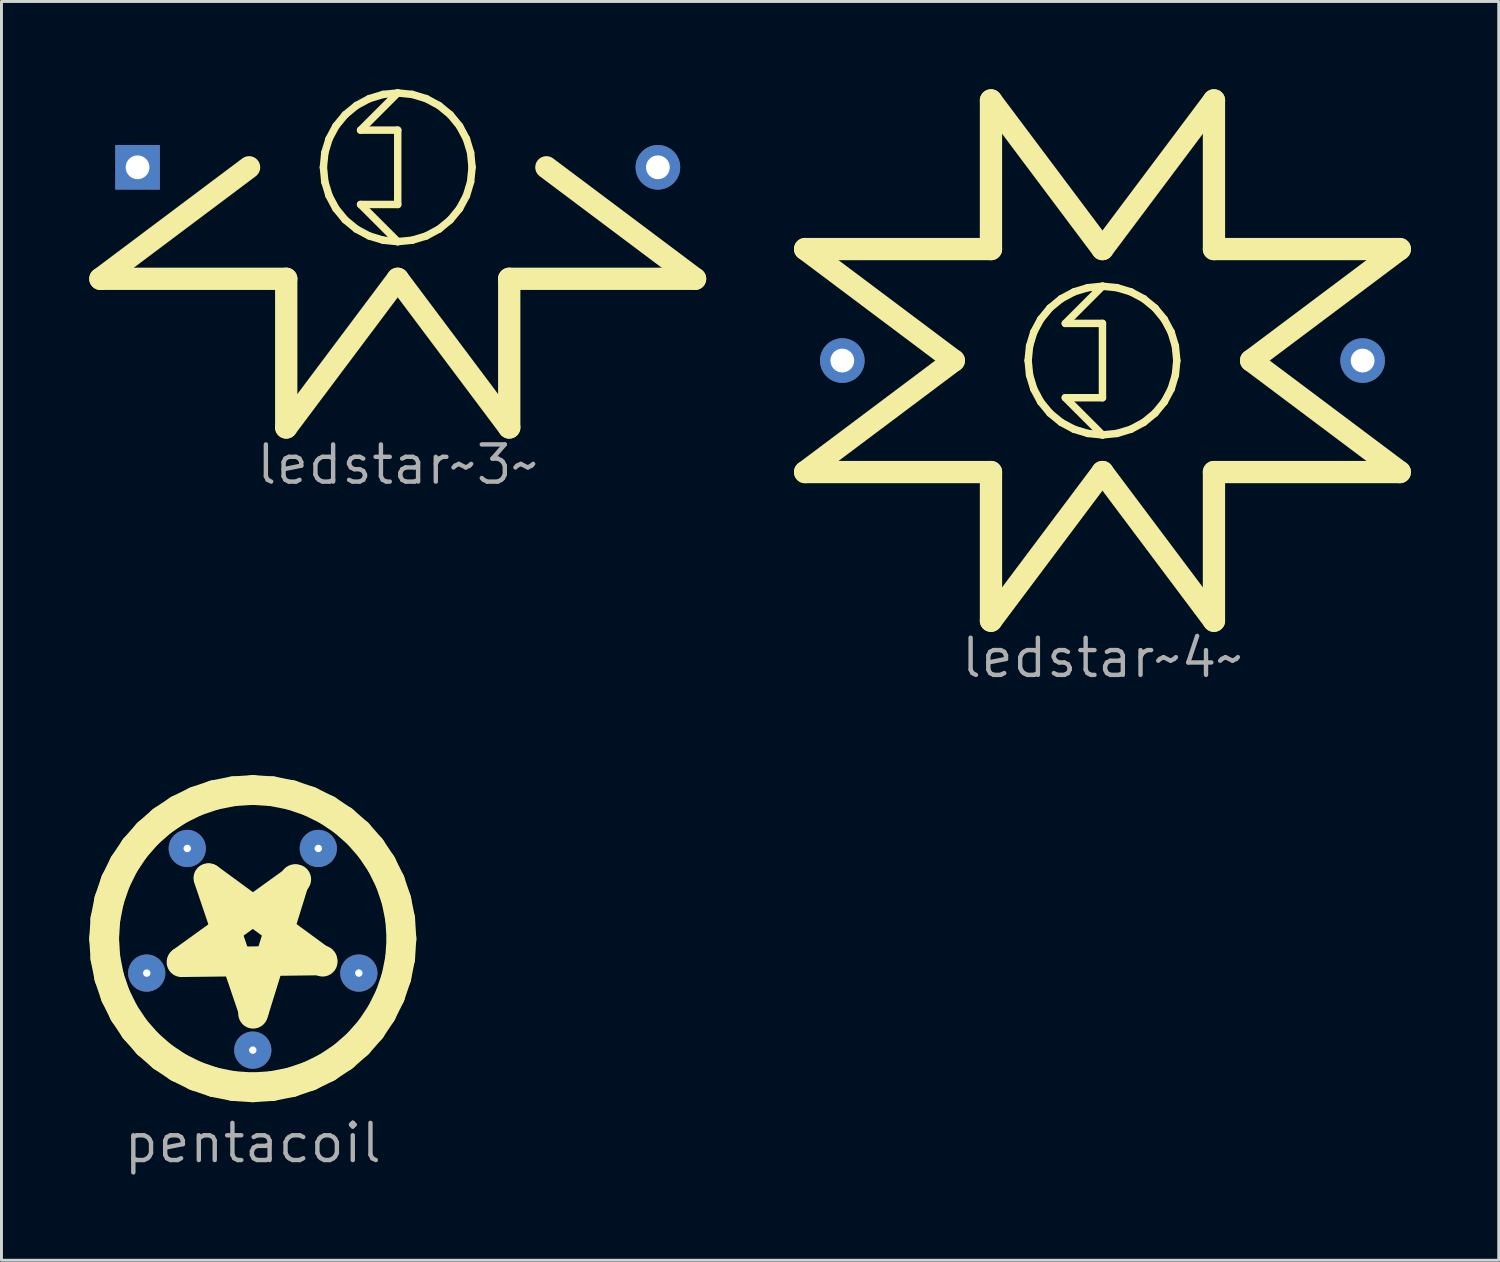
<source format=kicad_pcb>
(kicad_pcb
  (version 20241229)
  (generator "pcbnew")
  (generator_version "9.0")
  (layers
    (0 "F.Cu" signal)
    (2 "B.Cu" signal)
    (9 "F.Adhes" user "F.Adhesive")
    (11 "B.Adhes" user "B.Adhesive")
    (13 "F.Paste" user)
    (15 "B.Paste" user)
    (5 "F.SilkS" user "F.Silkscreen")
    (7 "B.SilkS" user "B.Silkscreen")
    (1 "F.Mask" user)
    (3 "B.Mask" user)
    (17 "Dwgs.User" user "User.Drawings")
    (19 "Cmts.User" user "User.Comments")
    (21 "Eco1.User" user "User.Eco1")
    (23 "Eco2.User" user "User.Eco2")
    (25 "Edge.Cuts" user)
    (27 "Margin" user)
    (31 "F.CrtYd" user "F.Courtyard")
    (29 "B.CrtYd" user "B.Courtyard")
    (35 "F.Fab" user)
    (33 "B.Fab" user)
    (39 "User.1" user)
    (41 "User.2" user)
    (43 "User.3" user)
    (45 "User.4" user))
  (footprint "ledstar~3~"
    (layer "F.Cu")
    (at 10.541 2.667)
    (property "Reference" "ledstar~3~" (at 0 10.16 0) (layer "F.Fab") (effects (font (size 1.27 1.27) (thickness 0.15))))
    (attr through_hole)
    (fp_line (start -10.16 3.81) (end -3.81 3.81) (stroke (width 0.762) (type default)) (layer "F.SilkS"))
    (fp_line (start -5.08 0) (end -10.16 3.81) (stroke (width 0.762) (type default)) (layer "F.SilkS"))
    (fp_line (start -3.81 3.81) (end -3.81 8.89) (stroke (width 0.762) (type default)) (layer "F.SilkS"))
    (fp_line (start -3.81 8.89) (end 0 3.81) (stroke (width 0.762) (type default)) (layer "F.SilkS"))
    (fp_line (start -2.491 -0.496) (end -2.54 0) (stroke (width 0.254) (type default)) (layer "F.SilkS"))
    (fp_line (start -2.491 0.496) (end -2.54 0) (stroke (width 0.254) (type default)) (layer "F.SilkS"))
    (fp_line (start -2.347 -0.972) (end -2.491 -0.496) (stroke (width 0.254) (type default)) (layer "F.SilkS"))
    (fp_line (start -2.347 0.972) (end -2.491 0.496) (stroke (width 0.254) (type default)) (layer "F.SilkS"))
    (fp_line (start -2.112 -1.411) (end -2.347 -0.972) (stroke (width 0.254) (type default)) (layer "F.SilkS"))
    (fp_line (start -2.112 1.411) (end -2.347 0.972) (stroke (width 0.254) (type default)) (layer "F.SilkS"))
    (fp_line (start -1.796 -1.796) (end -2.112 -1.411) (stroke (width 0.254) (type default)) (layer "F.SilkS"))
    (fp_line (start -1.796 1.796) (end -2.112 1.411) (stroke (width 0.254) (type default)) (layer "F.SilkS"))
    (fp_line (start -1.411 -2.112) (end -1.796 -1.796) (stroke (width 0.254) (type default)) (layer "F.SilkS"))
    (fp_line (start -1.411 2.112) (end -1.796 1.796) (stroke (width 0.254) (type default)) (layer "F.SilkS"))
    (fp_line (start -1.27 -1.27) (end 0 -1.27) (stroke (width 0.254) (type default)) (layer "F.SilkS"))
    (fp_line (start -1.27 1.27) (end 0 2.54) (stroke (width 0.254) (type default)) (layer "F.SilkS"))
    (fp_line (start -0.972 -2.347) (end -1.411 -2.112) (stroke (width 0.254) (type default)) (layer "F.SilkS"))
    (fp_line (start -0.972 2.347) (end -1.411 2.112) (stroke (width 0.254) (type default)) (layer "F.SilkS"))
    (fp_line (start -0.496 -2.491) (end -0.972 -2.347) (stroke (width 0.254) (type default)) (layer "F.SilkS"))
    (fp_line (start -0.496 2.491) (end -0.972 2.347) (stroke (width 0.254) (type default)) (layer "F.SilkS"))
    (fp_line (start 0 -2.54) (end -1.27 -1.27) (stroke (width 0.254) (type default)) (layer "F.SilkS"))
    (fp_line (start 0 -2.54) (end -0.496 -2.491) (stroke (width 0.254) (type default)) (layer "F.SilkS"))
    (fp_line (start 0 -1.27) (end 0 1.27) (stroke (width 0.254) (type default)) (layer "F.SilkS"))
    (fp_line (start 0 1.27) (end -1.27 1.27) (stroke (width 0.254) (type default)) (layer "F.SilkS"))
    (fp_line (start 0 2.54) (end -0.496 2.491) (stroke (width 0.254) (type default)) (layer "F.SilkS"))
    (fp_line (start 0 2.54) (end 0.496 2.491) (stroke (width 0.254) (type default)) (layer "F.SilkS"))
    (fp_line (start 0 3.81) (end 3.81 8.89) (stroke (width 0.762) (type default)) (layer "F.SilkS"))
    (fp_line (start 0.496 -2.491) (end 0 -2.54) (stroke (width 0.254) (type default)) (layer "F.SilkS"))
    (fp_line (start 0.496 2.491) (end 0.972 2.347) (stroke (width 0.254) (type default)) (layer "F.SilkS"))
    (fp_line (start 0.972 -2.347) (end 0.496 -2.491) (stroke (width 0.254) (type default)) (layer "F.SilkS"))
    (fp_line (start 0.972 2.347) (end 1.411 2.112) (stroke (width 0.254) (type default)) (layer "F.SilkS"))
    (fp_line (start 1.411 -2.112) (end 0.972 -2.347) (stroke (width 0.254) (type default)) (layer "F.SilkS"))
    (fp_line (start 1.411 2.112) (end 1.796 1.796) (stroke (width 0.254) (type default)) (layer "F.SilkS"))
    (fp_line (start 1.796 -1.796) (end 1.411 -2.112) (stroke (width 0.254) (type default)) (layer "F.SilkS"))
    (fp_line (start 1.796 1.796) (end 2.112 1.411) (stroke (width 0.254) (type default)) (layer "F.SilkS"))
    (fp_line (start 2.112 -1.411) (end 1.796 -1.796) (stroke (width 0.254) (type default)) (layer "F.SilkS"))
    (fp_line (start 2.112 1.411) (end 2.347 0.972) (stroke (width 0.254) (type default)) (layer "F.SilkS"))
    (fp_line (start 2.347 -0.972) (end 2.112 -1.411) (stroke (width 0.254) (type default)) (layer "F.SilkS"))
    (fp_line (start 2.347 0.972) (end 2.491 0.496) (stroke (width 0.254) (type default)) (layer "F.SilkS"))
    (fp_line (start 2.491 -0.496) (end 2.347 -0.972) (stroke (width 0.254) (type default)) (layer "F.SilkS"))
    (fp_line (start 2.491 0.496) (end 2.54 0) (stroke (width 0.254) (type default)) (layer "F.SilkS"))
    (fp_line (start 2.54 0) (end 2.491 -0.496) (stroke (width 0.254) (type default)) (layer "F.SilkS"))
    (fp_line (start 3.81 3.81) (end 10.16 3.81) (stroke (width 0.762) (type default)) (layer "F.SilkS"))
    (fp_line (start 3.81 8.89) (end 3.81 3.81) (stroke (width 0.762) (type default)) (layer "F.SilkS"))
    (fp_line (start 10.16 3.81) (end 5.08 0) (stroke (width 0.762) (type default)) (layer "F.SilkS"))
    (pad "1" thru_hole rect (at -8.89 0) (size 1.524 1.524) (drill 0.813) (layers "*.Cu" "*.Mask"))
    (pad "2" thru_hole circle (at 8.89 0) (size 1.524 1.524) (drill 0.813) (layers "*.Cu" "*.Mask")))
  (footprint "pentacoil"
    (layer "F.Cu")
    (at 5.588 29.025)
    (property "Reference" "pentacoil" (at 0 6.985 0) (layer "F.Fab") (effects (font (size 1.27 1.27) (thickness 0.15))))
    (attr through_hole)
    (fp_line (start -5.08 0) (end -5.037 -0.663) (stroke (width 1.016) (type default)) (layer "F.SilkS"))
    (fp_line (start -5.037 -0.663) (end -4.907 -1.315) (stroke (width 1.016) (type default)) (layer "F.SilkS"))
    (fp_line (start -5.037 0.663) (end -5.08 0) (stroke (width 1.016) (type default)) (layer "F.SilkS"))
    (fp_line (start -4.907 -1.315) (end -4.693 -1.944) (stroke (width 1.016) (type default)) (layer "F.SilkS"))
    (fp_line (start -4.907 1.315) (end -5.037 0.663) (stroke (width 1.016) (type default)) (layer "F.SilkS"))
    (fp_line (start -4.693 -1.944) (end -4.399 -2.54) (stroke (width 1.016) (type default)) (layer "F.SilkS"))
    (fp_line (start -4.693 1.944) (end -4.907 1.315) (stroke (width 1.016) (type default)) (layer "F.SilkS"))
    (fp_line (start -4.399 -2.54) (end -4.03 -3.092) (stroke (width 1.016) (type default)) (layer "F.SilkS"))
    (fp_line (start -4.399 2.54) (end -4.693 1.944) (stroke (width 1.016) (type default)) (layer "F.SilkS"))
    (fp_line (start -4.03 -3.092) (end -3.592 -3.592) (stroke (width 1.016) (type default)) (layer "F.SilkS"))
    (fp_line (start -4.03 3.093) (end -4.399 2.54) (stroke (width 1.016) (type default)) (layer "F.SilkS"))
    (fp_line (start -3.592 -3.592) (end -3.092 -4.03) (stroke (width 1.016) (type default)) (layer "F.SilkS"))
    (fp_line (start -3.592 3.592) (end -4.03 3.093) (stroke (width 1.016) (type default)) (layer "F.SilkS"))
    (fp_line (start -3.092 -4.03) (end -2.54 -4.399) (stroke (width 1.016) (type default)) (layer "F.SilkS"))
    (fp_line (start -3.092 4.03) (end -3.592 3.592) (stroke (width 1.016) (type default)) (layer "F.SilkS"))
    (fp_line (start -2.54 -4.399) (end -1.944 -4.693) (stroke (width 1.016) (type default)) (layer "F.SilkS"))
    (fp_line (start -2.54 4.399) (end -3.092 4.03) (stroke (width 1.016) (type default)) (layer "F.SilkS"))
    (fp_line (start -2.435 0.804) (end 2.378 0.743) (stroke (width 1.016) (type default)) (layer "F.SilkS"))
    (fp_line (start -2.416 0.785) (end 1.485 -2.027) (stroke (width 1.016) (type default)) (layer "F.SilkS"))
    (fp_line (start -1.944 -4.693) (end -1.315 -4.907) (stroke (width 1.016) (type default)) (layer "F.SilkS"))
    (fp_line (start -1.944 4.693) (end -2.54 4.399) (stroke (width 1.016) (type default)) (layer "F.SilkS"))
    (fp_line (start -1.517 -2.068) (end 0.029 2.491) (stroke (width 1.016) (type default)) (layer "F.SilkS"))
    (fp_line (start -1.493 -2.055) (end 2.387 0.786) (stroke (width 1.016) (type default)) (layer "F.SilkS"))
    (fp_line (start -1.315 -4.907) (end -0.663 -5.037) (stroke (width 1.016) (type default)) (layer "F.SilkS"))
    (fp_line (start -1.315 4.907) (end -1.944 4.693) (stroke (width 1.016) (type default)) (layer "F.SilkS"))
    (fp_line (start -0.663 -5.037) (end 0 -5.08) (stroke (width 1.016) (type default)) (layer "F.SilkS"))
    (fp_line (start -0.663 5.037) (end -1.315 4.907) (stroke (width 1.016) (type default)) (layer "F.SilkS"))
    (fp_line (start 0 -5.08) (end 0.663 -5.037) (stroke (width 1.016) (type default)) (layer "F.SilkS"))
    (fp_line (start 0 2.54) (end -1.469 -2.038) (stroke (width 0.254) (type default)) (layer "F.SilkS"))
    (fp_line (start 0 5.08) (end -0.663 5.037) (stroke (width 1.016) (type default)) (layer "F.SilkS"))
    (fp_line (start 0.012 2.565) (end 1.441 -2.033) (stroke (width 1.016) (type default)) (layer "F.SilkS"))
    (fp_line (start 0.663 -5.037) (end 1.315 -4.907) (stroke (width 1.016) (type default)) (layer "F.SilkS"))
    (fp_line (start 0.663 5.037) (end 0 5.08) (stroke (width 1.016) (type default)) (layer "F.SilkS"))
    (fp_line (start 1.315 -4.907) (end 1.944 -4.693) (stroke (width 1.016) (type default)) (layer "F.SilkS"))
    (fp_line (start 1.315 4.907) (end 0.663 5.037) (stroke (width 1.016) (type default)) (layer "F.SilkS"))
    (fp_line (start 1.493 -2.055) (end -0.01 2.513) (stroke (width 0.254) (type default)) (layer "F.SilkS"))
    (fp_line (start 1.498 -2.082) (end -2.361 0.797) (stroke (width 0.254) (type default)) (layer "F.SilkS"))
    (fp_line (start 1.944 -4.693) (end 2.54 -4.399) (stroke (width 1.016) (type default)) (layer "F.SilkS"))
    (fp_line (start 1.944 4.693) (end 1.315 4.907) (stroke (width 1.016) (type default)) (layer "F.SilkS"))
    (fp_line (start 2.416 0.785) (end -2.393 0.767) (stroke (width 0.254) (type default)) (layer "F.SilkS"))
    (fp_line (start 2.443 0.781) (end -1.488 -1.999) (stroke (width 0.254) (type default)) (layer "F.SilkS"))
    (fp_line (start 2.54 -4.399) (end 3.093 -4.03) (stroke (width 1.016) (type default)) (layer "F.SilkS"))
    (fp_line (start 2.54 4.399) (end 1.944 4.693) (stroke (width 1.016) (type default)) (layer "F.SilkS"))
    (fp_line (start 3.093 -4.03) (end 3.592 -3.592) (stroke (width 1.016) (type default)) (layer "F.SilkS"))
    (fp_line (start 3.093 4.03) (end 2.54 4.399) (stroke (width 1.016) (type default)) (layer "F.SilkS"))
    (fp_line (start 3.592 -3.592) (end 4.03 -3.092) (stroke (width 1.016) (type default)) (layer "F.SilkS"))
    (fp_line (start 3.592 3.592) (end 3.093 4.03) (stroke (width 1.016) (type default)) (layer "F.SilkS"))
    (fp_line (start 4.03 -3.092) (end 4.399 -2.54) (stroke (width 1.016) (type default)) (layer "F.SilkS"))
    (fp_line (start 4.03 3.093) (end 3.592 3.592) (stroke (width 1.016) (type default)) (layer "F.SilkS"))
    (fp_line (start 4.399 -2.54) (end 4.693 -1.944) (stroke (width 1.016) (type default)) (layer "F.SilkS"))
    (fp_line (start 4.399 2.54) (end 4.03 3.093) (stroke (width 1.016) (type default)) (layer "F.SilkS"))
    (fp_line (start 4.693 -1.944) (end 4.907 -1.315) (stroke (width 1.016) (type default)) (layer "F.SilkS"))
    (fp_line (start 4.693 1.944) (end 4.399 2.54) (stroke (width 1.016) (type default)) (layer "F.SilkS"))
    (fp_line (start 4.907 -1.315) (end 5.037 -0.663) (stroke (width 1.016) (type default)) (layer "F.SilkS"))
    (fp_line (start 4.907 1.315) (end 4.693 1.944) (stroke (width 1.016) (type default)) (layer "F.SilkS"))
    (fp_line (start 5.037 -0.663) (end 5.08 0) (stroke (width 1.016) (type default)) (layer "F.SilkS"))
    (fp_line (start 5.037 0.663) (end 4.907 1.315) (stroke (width 1.016) (type default)) (layer "F.SilkS"))
    (fp_line (start 5.08 0) (end 5.037 0.663) (stroke (width 1.016) (type default)) (layer "F.SilkS"))
    (pad "1" thru_hole circle (at 0 3.81) (size 1.27 1.27) (drill 0.254) (layers "*.Cu" "*.Mask"))
    (pad "2" thru_hole circle (at 3.624 1.177) (size 1.27 1.27) (drill 0.254) (layers "*.Cu" "*.Mask"))
    (pad "3" thru_hole circle (at -3.624 1.177) (size 1.27 1.27) (drill 0.254) (layers "*.Cu" "*.Mask"))
    (pad "4" thru_hole circle (at -2.239 -3.082) (size 1.27 1.27) (drill 0.254) (layers "*.Cu" "*.Mask"))
    (pad "5" thru_hole circle (at 2.239 -3.082) (size 1.27 1.27) (drill 0.254) (layers "*.Cu" "*.Mask")))
  (footprint "ledstar~4~"
    (layer "F.Cu")
    (at 34.623 9.271)
    (property "Reference" "ledstar~4~" (at 0 10.16 0) (layer "F.Fab") (effects (font (size 1.27 1.27) (thickness 0.15))))
    (attr through_hole)
    (fp_line (start -10.16 -3.81) (end -5.08 0) (stroke (width 0.762) (type default)) (layer "F.SilkS"))
    (fp_line (start -10.16 3.81) (end -3.81 3.81) (stroke (width 0.762) (type default)) (layer "F.SilkS"))
    (fp_line (start -5.08 0) (end -10.16 3.81) (stroke (width 0.762) (type default)) (layer "F.SilkS"))
    (fp_line (start -3.81 -8.89) (end -3.81 -3.81) (stroke (width 0.762) (type default)) (layer "F.SilkS"))
    (fp_line (start -3.81 -3.81) (end -10.16 -3.81) (stroke (width 0.762) (type default)) (layer "F.SilkS"))
    (fp_line (start -3.81 3.81) (end -3.81 8.89) (stroke (width 0.762) (type default)) (layer "F.SilkS"))
    (fp_line (start -3.81 8.89) (end 0 3.81) (stroke (width 0.762) (type default)) (layer "F.SilkS"))
    (fp_line (start -2.491 -0.496) (end -2.54 0) (stroke (width 0.254) (type default)) (layer "F.SilkS"))
    (fp_line (start -2.491 0.496) (end -2.54 0) (stroke (width 0.254) (type default)) (layer "F.SilkS"))
    (fp_line (start -2.347 -0.972) (end -2.491 -0.496) (stroke (width 0.254) (type default)) (layer "F.SilkS"))
    (fp_line (start -2.347 0.972) (end -2.491 0.496) (stroke (width 0.254) (type default)) (layer "F.SilkS"))
    (fp_line (start -2.112 -1.411) (end -2.347 -0.972) (stroke (width 0.254) (type default)) (layer "F.SilkS"))
    (fp_line (start -2.112 1.411) (end -2.347 0.972) (stroke (width 0.254) (type default)) (layer "F.SilkS"))
    (fp_line (start -1.796 -1.796) (end -2.112 -1.411) (stroke (width 0.254) (type default)) (layer "F.SilkS"))
    (fp_line (start -1.796 1.796) (end -2.112 1.411) (stroke (width 0.254) (type default)) (layer "F.SilkS"))
    (fp_line (start -1.411 -2.112) (end -1.796 -1.796) (stroke (width 0.254) (type default)) (layer "F.SilkS"))
    (fp_line (start -1.411 2.112) (end -1.796 1.796) (stroke (width 0.254) (type default)) (layer "F.SilkS"))
    (fp_line (start -1.27 -1.27) (end 0 -1.27) (stroke (width 0.254) (type default)) (layer "F.SilkS"))
    (fp_line (start -1.27 1.27) (end 0 2.54) (stroke (width 0.254) (type default)) (layer "F.SilkS"))
    (fp_line (start -0.972 -2.347) (end -1.411 -2.112) (stroke (width 0.254) (type default)) (layer "F.SilkS"))
    (fp_line (start -0.972 2.347) (end -1.411 2.112) (stroke (width 0.254) (type default)) (layer "F.SilkS"))
    (fp_line (start -0.496 -2.491) (end -0.972 -2.347) (stroke (width 0.254) (type default)) (layer "F.SilkS"))
    (fp_line (start -0.496 2.491) (end -0.972 2.347) (stroke (width 0.254) (type default)) (layer "F.SilkS"))
    (fp_line (start 0 -3.81) (end -3.81 -8.89) (stroke (width 0.762) (type default)) (layer "F.SilkS"))
    (fp_line (start 0 -2.54) (end -1.27 -1.27) (stroke (width 0.254) (type default)) (layer "F.SilkS"))
    (fp_line (start 0 -2.54) (end -0.496 -2.491) (stroke (width 0.254) (type default)) (layer "F.SilkS"))
    (fp_line (start 0 -1.27) (end 0 1.27) (stroke (width 0.254) (type default)) (layer "F.SilkS"))
    (fp_line (start 0 1.27) (end -1.27 1.27) (stroke (width 0.254) (type default)) (layer "F.SilkS"))
    (fp_line (start 0 2.54) (end -0.496 2.491) (stroke (width 0.254) (type default)) (layer "F.SilkS"))
    (fp_line (start 0 2.54) (end 0.496 2.491) (stroke (width 0.254) (type default)) (layer "F.SilkS"))
    (fp_line (start 0 3.81) (end 3.81 8.89) (stroke (width 0.762) (type default)) (layer "F.SilkS"))
    (fp_line (start 0.496 -2.491) (end 0 -2.54) (stroke (width 0.254) (type default)) (layer "F.SilkS"))
    (fp_line (start 0.496 2.491) (end 0.972 2.347) (stroke (width 0.254) (type default)) (layer "F.SilkS"))
    (fp_line (start 0.972 -2.347) (end 0.496 -2.491) (stroke (width 0.254) (type default)) (layer "F.SilkS"))
    (fp_line (start 0.972 2.347) (end 1.411 2.112) (stroke (width 0.254) (type default)) (layer "F.SilkS"))
    (fp_line (start 1.411 -2.112) (end 0.972 -2.347) (stroke (width 0.254) (type default)) (layer "F.SilkS"))
    (fp_line (start 1.411 2.112) (end 1.796 1.796) (stroke (width 0.254) (type default)) (layer "F.SilkS"))
    (fp_line (start 1.796 -1.796) (end 1.411 -2.112) (stroke (width 0.254) (type default)) (layer "F.SilkS"))
    (fp_line (start 1.796 1.796) (end 2.112 1.411) (stroke (width 0.254) (type default)) (layer "F.SilkS"))
    (fp_line (start 2.112 -1.411) (end 1.796 -1.796) (stroke (width 0.254) (type default)) (layer "F.SilkS"))
    (fp_line (start 2.112 1.411) (end 2.347 0.972) (stroke (width 0.254) (type default)) (layer "F.SilkS"))
    (fp_line (start 2.347 -0.972) (end 2.112 -1.411) (stroke (width 0.254) (type default)) (layer "F.SilkS"))
    (fp_line (start 2.347 0.972) (end 2.491 0.496) (stroke (width 0.254) (type default)) (layer "F.SilkS"))
    (fp_line (start 2.491 -0.496) (end 2.347 -0.972) (stroke (width 0.254) (type default)) (layer "F.SilkS"))
    (fp_line (start 2.491 0.496) (end 2.54 0) (stroke (width 0.254) (type default)) (layer "F.SilkS"))
    (fp_line (start 2.54 0) (end 2.491 -0.496) (stroke (width 0.254) (type default)) (layer "F.SilkS"))
    (fp_line (start 3.81 -8.89) (end 0 -3.81) (stroke (width 0.762) (type default)) (layer "F.SilkS"))
    (fp_line (start 3.81 -3.81) (end 3.81 -8.89) (stroke (width 0.762) (type default)) (layer "F.SilkS"))
    (fp_line (start 3.81 3.81) (end 10.16 3.81) (stroke (width 0.762) (type default)) (layer "F.SilkS"))
    (fp_line (start 3.81 8.89) (end 3.81 3.81) (stroke (width 0.762) (type default)) (layer "F.SilkS"))
    (fp_line (start 5.08 0) (end 10.16 -3.81) (stroke (width 0.762) (type default)) (layer "F.SilkS"))
    (fp_line (start 10.16 -3.81) (end 3.81 -3.81) (stroke (width 0.762) (type default)) (layer "F.SilkS"))
    (fp_line (start 10.16 3.81) (end 5.08 0) (stroke (width 0.762) (type default)) (layer "F.SilkS"))
    (pad "1" thru_hole circle (at 8.89 0) (size 1.524 1.524) (drill 0.813) (layers "*.Cu" "*.Mask"))
    (pad "2" thru_hole circle (at -8.89 0) (size 1.524 1.524) (drill 0.813) (layers "*.Cu" "*.Mask")))
  (gr_rect
    (start -3 -3)
    (end 48.164 40.016)
    (stroke (width 0.1) (type default))
    (fill no)
    (layer "Edge.Cuts")))
</source>
